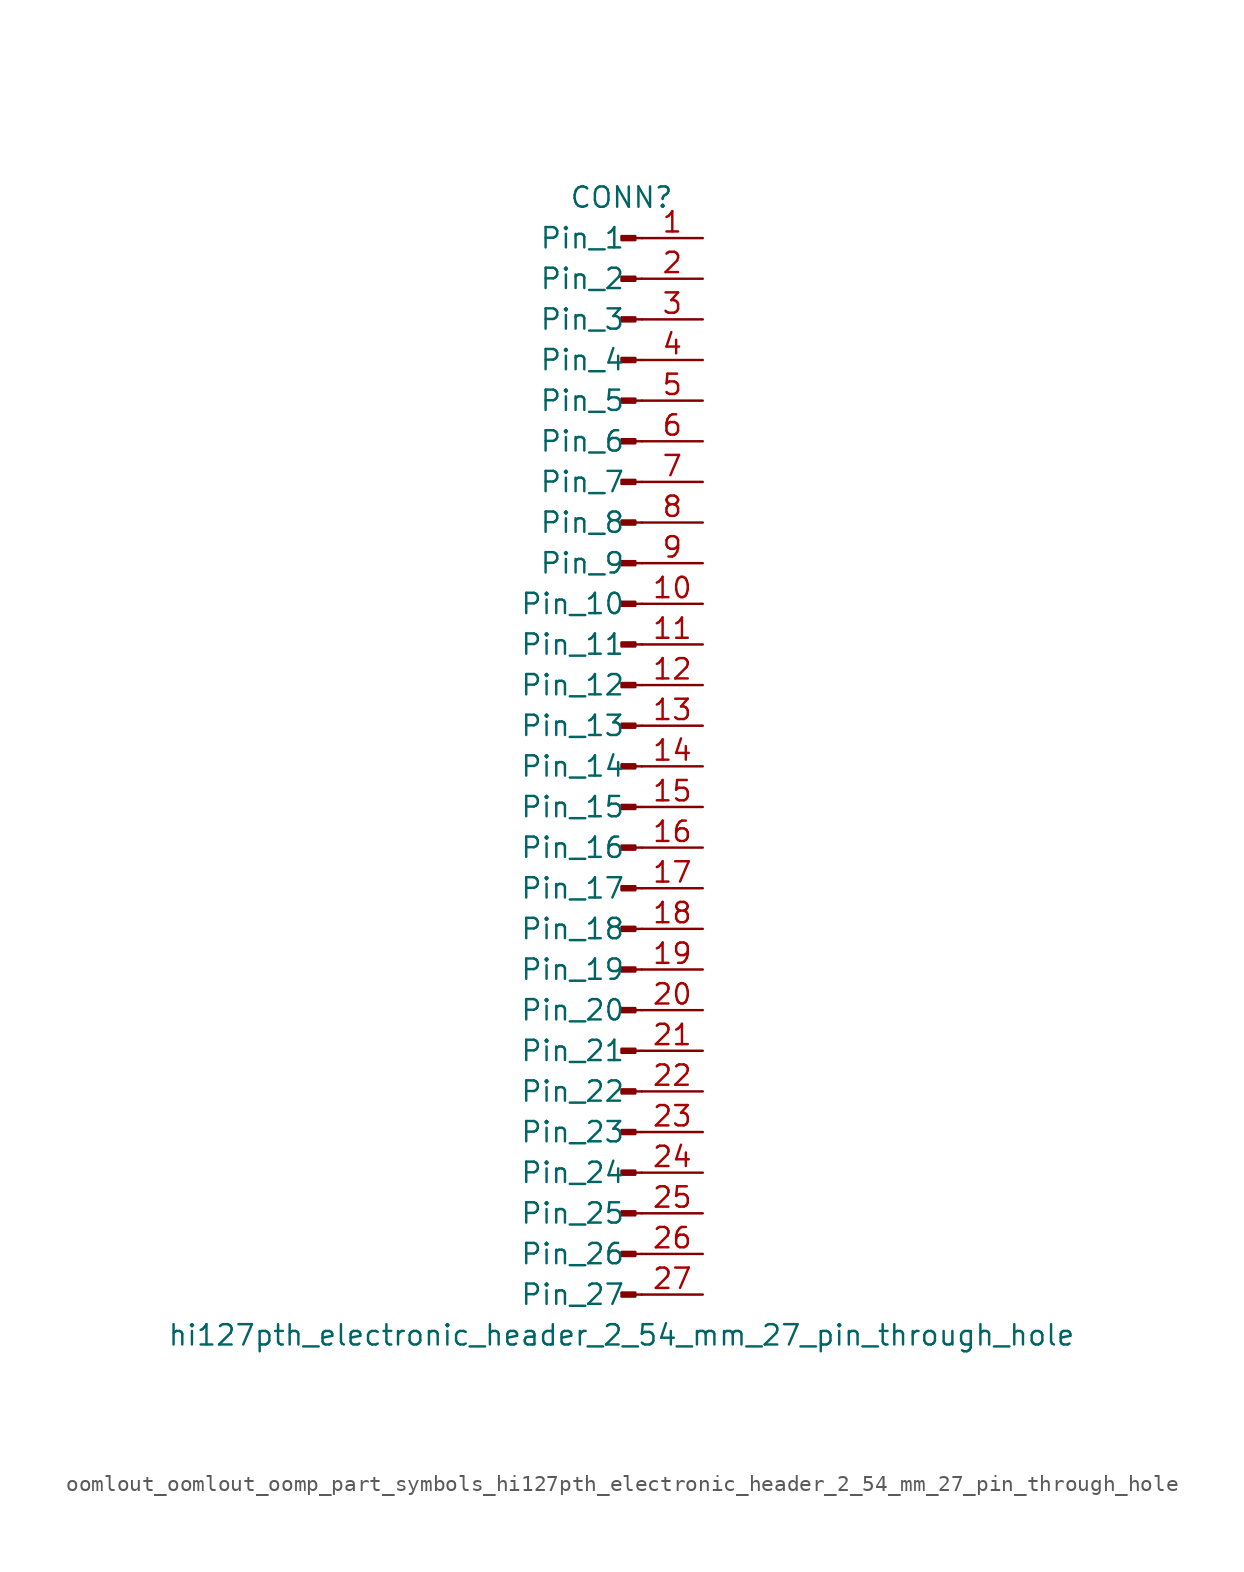
<source format=kicad_sym>
(kicad_symbol_lib
  (version 20220914)
  (generator kicad_symbol_editor)
  (symbol "oomlout_oomlout_oomp_part_symbols_hi127pth_electronic_header_2_54_mm_27_pin_through_hole"
    (pin_names
      (offset 1.016))
    (property "Reference" "CONN"
      (at 0 35.56 0)
      (effects (font (size 1.27 1.27))))
    (property "Value" "hi127pth_electronic_header_2_54_mm_27_pin_through_hole"
      (at 0 -35.56 0)
      (effects (font (size 1.27 1.27))))
    (property "ki_locked" ""
      (at 0 0 0)
      (effects (font (size 1.27 1.27))))
    (symbol "oomlout_oomlout_oomp_part_symbols_hi127pth_electronic_header_2_54_mm_27_pin_through_hole_1_1"
      (polyline (pts (xy 1.27 -33.02) (xy 0.864 -33.02)) (stroke (width 0.152) (type default)) (fill (type none)))
      (polyline (pts (xy 1.27 -30.48) (xy 0.864 -30.48)) (stroke (width 0.152) (type default)) (fill (type none)))
      (polyline (pts (xy 1.27 -27.94) (xy 0.864 -27.94)) (stroke (width 0.152) (type default)) (fill (type none)))
      (polyline (pts (xy 1.27 -25.4) (xy 0.864 -25.4)) (stroke (width 0.152) (type default)) (fill (type none)))
      (polyline (pts (xy 1.27 -22.86) (xy 0.864 -22.86)) (stroke (width 0.152) (type default)) (fill (type none)))
      (polyline (pts (xy 1.27 -20.32) (xy 0.864 -20.32)) (stroke (width 0.152) (type default)) (fill (type none)))
      (polyline (pts (xy 1.27 -17.78) (xy 0.864 -17.78)) (stroke (width 0.152) (type default)) (fill (type none)))
      (polyline (pts (xy 1.27 -15.24) (xy 0.864 -15.24)) (stroke (width 0.152) (type default)) (fill (type none)))
      (polyline (pts (xy 1.27 -12.7) (xy 0.864 -12.7)) (stroke (width 0.152) (type default)) (fill (type none)))
      (polyline (pts (xy 1.27 -10.16) (xy 0.864 -10.16)) (stroke (width 0.152) (type default)) (fill (type none)))
      (polyline (pts (xy 1.27 -7.62) (xy 0.864 -7.62)) (stroke (width 0.152) (type default)) (fill (type none)))
      (polyline (pts (xy 1.27 -5.08) (xy 0.864 -5.08)) (stroke (width 0.152) (type default)) (fill (type none)))
      (polyline (pts (xy 1.27 -2.54) (xy 0.864 -2.54)) (stroke (width 0.152) (type default)) (fill (type none)))
      (polyline (pts (xy 1.27 0) (xy 0.864 0)) (stroke (width 0.152) (type default)) (fill (type none)))
      (polyline (pts (xy 1.27 2.54) (xy 0.864 2.54)) (stroke (width 0.152) (type default)) (fill (type none)))
      (polyline (pts (xy 1.27 5.08) (xy 0.864 5.08)) (stroke (width 0.152) (type default)) (fill (type none)))
      (polyline (pts (xy 1.27 7.62) (xy 0.864 7.62)) (stroke (width 0.152) (type default)) (fill (type none)))
      (polyline (pts (xy 1.27 10.16) (xy 0.864 10.16)) (stroke (width 0.152) (type default)) (fill (type none)))
      (polyline (pts (xy 1.27 12.7) (xy 0.864 12.7)) (stroke (width 0.152) (type default)) (fill (type none)))
      (polyline (pts (xy 1.27 15.24) (xy 0.864 15.24)) (stroke (width 0.152) (type default)) (fill (type none)))
      (polyline (pts (xy 1.27 17.78) (xy 0.864 17.78)) (stroke (width 0.152) (type default)) (fill (type none)))
      (polyline (pts (xy 1.27 20.32) (xy 0.864 20.32)) (stroke (width 0.152) (type default)) (fill (type none)))
      (polyline (pts (xy 1.27 22.86) (xy 0.864 22.86)) (stroke (width 0.152) (type default)) (fill (type none)))
      (polyline (pts (xy 1.27 25.4) (xy 0.864 25.4)) (stroke (width 0.152) (type default)) (fill (type none)))
      (polyline (pts (xy 1.27 27.94) (xy 0.864 27.94)) (stroke (width 0.152) (type default)) (fill (type none)))
      (polyline (pts (xy 1.27 30.48) (xy 0.864 30.48)) (stroke (width 0.152) (type default)) (fill (type none)))
      (polyline (pts (xy 1.27 33.02) (xy 0.864 33.02)) (stroke (width 0.152) (type default)) (fill (type none)))
      (rectangle (start 0.864 -32.893) (end 0 -33.147) (stroke (width 0.152) (type default)) (fill (type outline)))
      (rectangle (start 0.864 -30.353) (end 0 -30.607) (stroke (width 0.152) (type default)) (fill (type outline)))
      (rectangle (start 0.864 -27.813) (end 0 -28.067) (stroke (width 0.152) (type default)) (fill (type outline)))
      (rectangle (start 0.864 -25.273) (end 0 -25.527) (stroke (width 0.152) (type default)) (fill (type outline)))
      (rectangle (start 0.864 -22.733) (end 0 -22.987) (stroke (width 0.152) (type default)) (fill (type outline)))
      (rectangle (start 0.864 -20.193) (end 0 -20.447) (stroke (width 0.152) (type default)) (fill (type outline)))
      (rectangle (start 0.864 -17.653) (end 0 -17.907) (stroke (width 0.152) (type default)) (fill (type outline)))
      (rectangle (start 0.864 -15.113) (end 0 -15.367) (stroke (width 0.152) (type default)) (fill (type outline)))
      (rectangle (start 0.864 -12.573) (end 0 -12.827) (stroke (width 0.152) (type default)) (fill (type outline)))
      (rectangle (start 0.864 -10.033) (end 0 -10.287) (stroke (width 0.152) (type default)) (fill (type outline)))
      (rectangle (start 0.864 -7.493) (end 0 -7.747) (stroke (width 0.152) (type default)) (fill (type outline)))
      (rectangle (start 0.864 -4.953) (end 0 -5.207) (stroke (width 0.152) (type default)) (fill (type outline)))
      (rectangle (start 0.864 -2.413) (end 0 -2.667) (stroke (width 0.152) (type default)) (fill (type outline)))
      (rectangle (start 0.864 0.127) (end 0 -0.127) (stroke (width 0.152) (type default)) (fill (type outline)))
      (rectangle (start 0.864 2.667) (end 0 2.413) (stroke (width 0.152) (type default)) (fill (type outline)))
      (rectangle (start 0.864 5.207) (end 0 4.953) (stroke (width 0.152) (type default)) (fill (type outline)))
      (rectangle (start 0.864 7.747) (end 0 7.493) (stroke (width 0.152) (type default)) (fill (type outline)))
      (rectangle (start 0.864 10.287) (end 0 10.033) (stroke (width 0.152) (type default)) (fill (type outline)))
      (rectangle (start 0.864 12.827) (end 0 12.573) (stroke (width 0.152) (type default)) (fill (type outline)))
      (rectangle (start 0.864 15.367) (end 0 15.113) (stroke (width 0.152) (type default)) (fill (type outline)))
      (rectangle (start 0.864 17.907) (end 0 17.653) (stroke (width 0.152) (type default)) (fill (type outline)))
      (rectangle (start 0.864 20.447) (end 0 20.193) (stroke (width 0.152) (type default)) (fill (type outline)))
      (rectangle (start 0.864 22.987) (end 0 22.733) (stroke (width 0.152) (type default)) (fill (type outline)))
      (rectangle (start 0.864 25.527) (end 0 25.273) (stroke (width 0.152) (type default)) (fill (type outline)))
      (rectangle (start 0.864 28.067) (end 0 27.813) (stroke (width 0.152) (type default)) (fill (type outline)))
      (rectangle (start 0.864 30.607) (end 0 30.353) (stroke (width 0.152) (type default)) (fill (type outline)))
      (rectangle (start 0.864 33.147) (end 0 32.893) (stroke (width 0.152) (type default)) (fill (type outline)))
      (pin passive line (at 5.08 33.02 180) (length 3.81) (name "Pin_1" (effects (font (size 1.27 1.27)))) (number "1" (effects (font (size 1.27 1.27)))))
      (pin passive line (at 5.08 10.16 180) (length 3.81) (name "Pin_10" (effects (font (size 1.27 1.27)))) (number "10" (effects (font (size 1.27 1.27)))))
      (pin passive line (at 5.08 7.62 180) (length 3.81) (name "Pin_11" (effects (font (size 1.27 1.27)))) (number "11" (effects (font (size 1.27 1.27)))))
      (pin passive line (at 5.08 5.08 180) (length 3.81) (name "Pin_12" (effects (font (size 1.27 1.27)))) (number "12" (effects (font (size 1.27 1.27)))))
      (pin passive line (at 5.08 2.54 180) (length 3.81) (name "Pin_13" (effects (font (size 1.27 1.27)))) (number "13" (effects (font (size 1.27 1.27)))))
      (pin passive line (at 5.08 0 180) (length 3.81) (name "Pin_14" (effects (font (size 1.27 1.27)))) (number "14" (effects (font (size 1.27 1.27)))))
      (pin passive line (at 5.08 -2.54 180) (length 3.81) (name "Pin_15" (effects (font (size 1.27 1.27)))) (number "15" (effects (font (size 1.27 1.27)))))
      (pin passive line (at 5.08 -5.08 180) (length 3.81) (name "Pin_16" (effects (font (size 1.27 1.27)))) (number "16" (effects (font (size 1.27 1.27)))))
      (pin passive line (at 5.08 -7.62 180) (length 3.81) (name "Pin_17" (effects (font (size 1.27 1.27)))) (number "17" (effects (font (size 1.27 1.27)))))
      (pin passive line (at 5.08 -10.16 180) (length 3.81) (name "Pin_18" (effects (font (size 1.27 1.27)))) (number "18" (effects (font (size 1.27 1.27)))))
      (pin passive line (at 5.08 -12.7 180) (length 3.81) (name "Pin_19" (effects (font (size 1.27 1.27)))) (number "19" (effects (font (size 1.27 1.27)))))
      (pin passive line (at 5.08 30.48 180) (length 3.81) (name "Pin_2" (effects (font (size 1.27 1.27)))) (number "2" (effects (font (size 1.27 1.27)))))
      (pin passive line (at 5.08 -15.24 180) (length 3.81) (name "Pin_20" (effects (font (size 1.27 1.27)))) (number "20" (effects (font (size 1.27 1.27)))))
      (pin passive line (at 5.08 -17.78 180) (length 3.81) (name "Pin_21" (effects (font (size 1.27 1.27)))) (number "21" (effects (font (size 1.27 1.27)))))
      (pin passive line (at 5.08 -20.32 180) (length 3.81) (name "Pin_22" (effects (font (size 1.27 1.27)))) (number "22" (effects (font (size 1.27 1.27)))))
      (pin passive line (at 5.08 -22.86 180) (length 3.81) (name "Pin_23" (effects (font (size 1.27 1.27)))) (number "23" (effects (font (size 1.27 1.27)))))
      (pin passive line (at 5.08 -25.4 180) (length 3.81) (name "Pin_24" (effects (font (size 1.27 1.27)))) (number "24" (effects (font (size 1.27 1.27)))))
      (pin passive line (at 5.08 -27.94 180) (length 3.81) (name "Pin_25" (effects (font (size 1.27 1.27)))) (number "25" (effects (font (size 1.27 1.27)))))
      (pin passive line (at 5.08 -30.48 180) (length 3.81) (name "Pin_26" (effects (font (size 1.27 1.27)))) (number "26" (effects (font (size 1.27 1.27)))))
      (pin passive line (at 5.08 -33.02 180) (length 3.81) (name "Pin_27" (effects (font (size 1.27 1.27)))) (number "27" (effects (font (size 1.27 1.27)))))
      (pin passive line (at 5.08 27.94 180) (length 3.81) (name "Pin_3" (effects (font (size 1.27 1.27)))) (number "3" (effects (font (size 1.27 1.27)))))
      (pin passive line (at 5.08 25.4 180) (length 3.81) (name "Pin_4" (effects (font (size 1.27 1.27)))) (number "4" (effects (font (size 1.27 1.27)))))
      (pin passive line (at 5.08 22.86 180) (length 3.81) (name "Pin_5" (effects (font (size 1.27 1.27)))) (number "5" (effects (font (size 1.27 1.27)))))
      (pin passive line (at 5.08 20.32 180) (length 3.81) (name "Pin_6" (effects (font (size 1.27 1.27)))) (number "6" (effects (font (size 1.27 1.27)))))
      (pin passive line (at 5.08 17.78 180) (length 3.81) (name "Pin_7" (effects (font (size 1.27 1.27)))) (number "7" (effects (font (size 1.27 1.27)))))
      (pin passive line (at 5.08 15.24 180) (length 3.81) (name "Pin_8" (effects (font (size 1.27 1.27)))) (number "8" (effects (font (size 1.27 1.27)))))
      (pin passive line (at 5.08 12.7 180) (length 3.81) (name "Pin_9" (effects (font (size 1.27 1.27)))) (number "9" (effects (font (size 1.27 1.27))))))))
</source>
